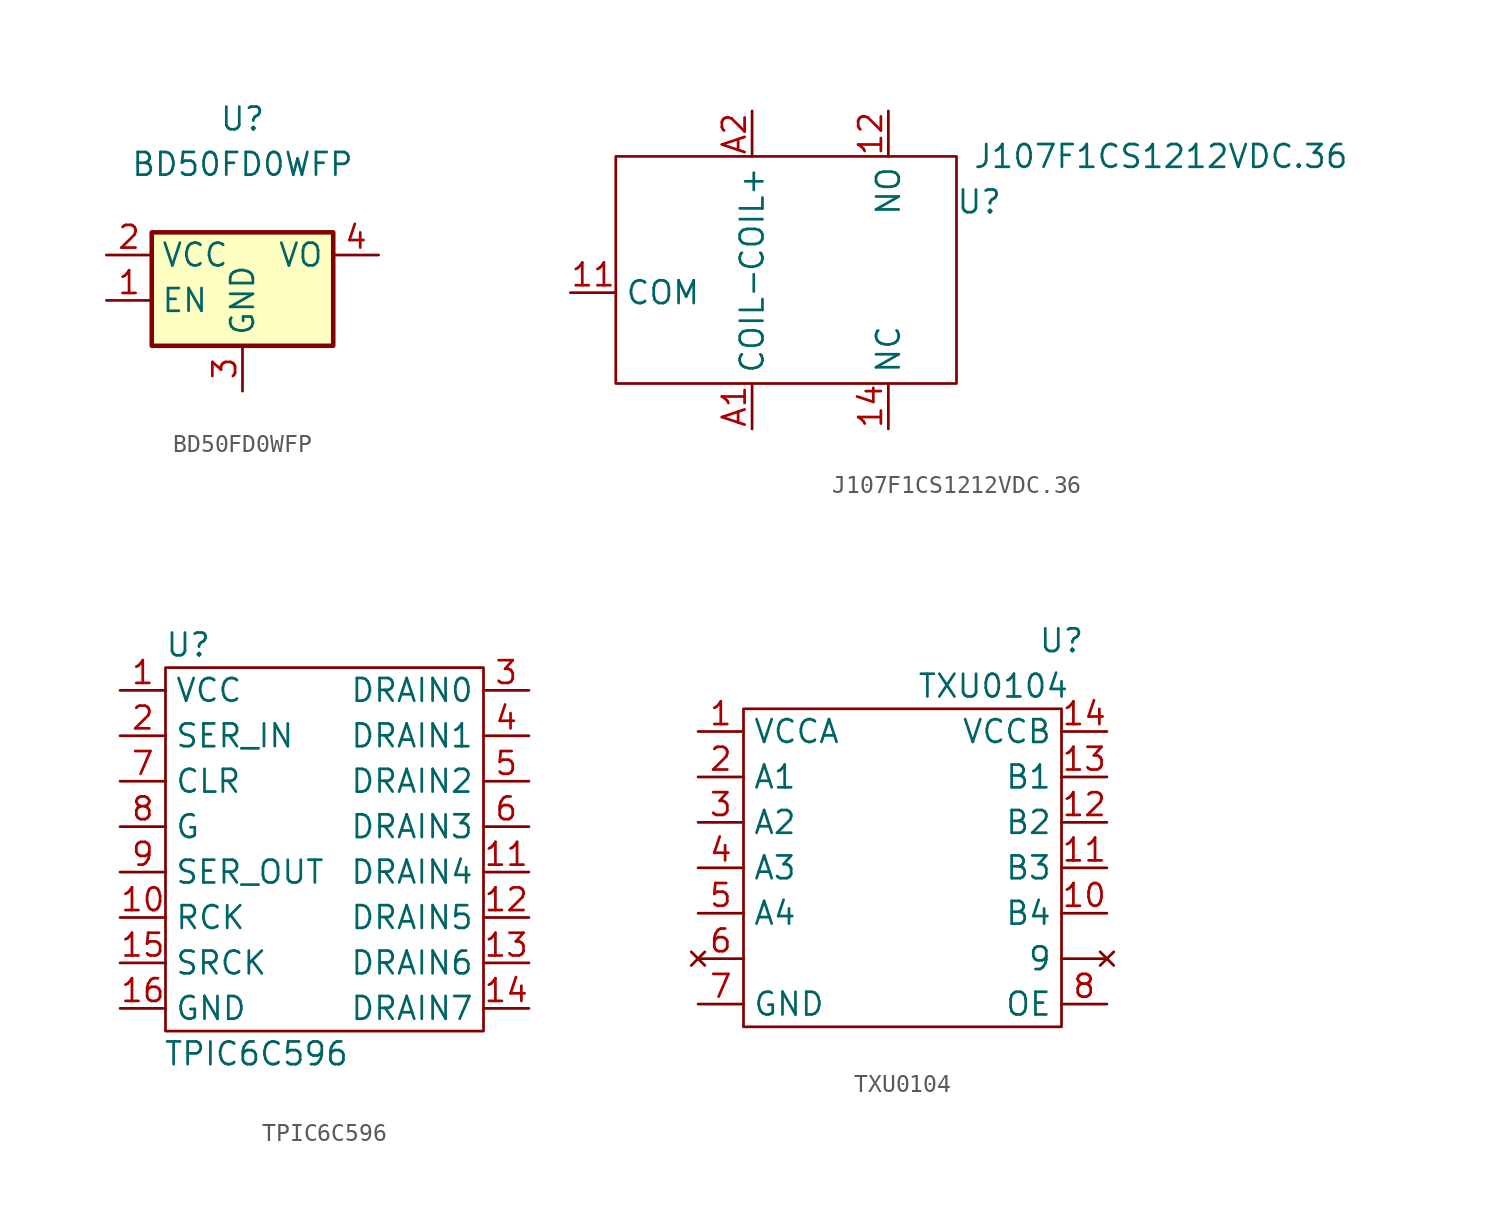
<source format=kicad_sym>
(kicad_symbol_lib
  (version 20211014)
  (generator kicad_symbol_editor)
  (symbol "BD50FD0WFP"
    (property "Reference" "U"
      (at 0 7.62 0)
      (effects (font (size 1.27 1.27))))
    (property "Value" "BD50FD0WFP"
      (at 0 5.08 0)
      (effects (font (size 1.27 1.27))))
    (symbol "BD50FD0WFP_1_1"
      (rectangle (start -5.08 -5.08) (end 5.08 1.27) (stroke (width 0.254) (type default) (color 0 0 0 0)) (fill (type background)))
      (pin input line (at -7.62 -2.54 0) (length 2.54) (name "EN" (effects (font (size 1.27 1.27)))) (number "1" (effects (font (size 1.27 1.27)))))
      (pin power_in line (at -7.62 0 0) (length 2.54) (name "VCC" (effects (font (size 1.27 1.27)))) (number "2" (effects (font (size 1.27 1.27)))))
      (pin power_in line (at 0 -7.62 90) (length 2.54) (name "GND" (effects (font (size 1.27 1.27)))) (number "3" (effects (font (size 1.27 1.27)))))
      (pin power_out line (at 7.62 0 180) (length 2.54) (name "VO" (effects (font (size 1.27 1.27)))) (number "4" (effects (font (size 1.27 1.27)))))
      (pin no_connect line (at 5.08 -2.54 180) (length 2.54) hide (name "NC" (effects (font (size 1.27 1.27)))) (number "5" (effects (font (size 1.27 1.27)))))))
  (symbol "J107F1CS1212VDC.36"
    (property "Reference" "U"
      (at 10.16 5.08 0)
      (effects (font (size 1.27 1.27))))
    (property "Value" "J107F1CS1212VDC.36"
      (at 20.32 7.62 0)
      (effects (font (size 1.27 1.27))))
    (symbol "J107F1CS1212VDC.36_0_1"
      (rectangle (start -10.16 7.62) (end 8.89 -5.08) (stroke (width 0) (type default) (color 0 0 0 0)) (fill (type none))))
    (symbol "J107F1CS1212VDC.36_1_1"
      (pin input line (at -12.7 0 0) (length 2.54) (name "COM" (effects (font (size 1.27 1.27)))) (number "11" (effects (font (size 1.27 1.27)))))
      (pin input line (at 5.08 10.16 270) (length 2.54) (name "NO" (effects (font (size 1.27 1.27)))) (number "12" (effects (font (size 1.27 1.27)))))
      (pin input line (at 5.08 -7.62 90) (length 2.54) (name "NC" (effects (font (size 1.27 1.27)))) (number "14" (effects (font (size 1.27 1.27)))))
      (pin output line (at -2.54 -7.62 90) (length 2.54) (name "COIL-" (effects (font (size 1.27 1.27)))) (number "A1" (effects (font (size 1.27 1.27)))))
      (pin input line (at -2.54 10.16 270) (length 2.54) (name "COIL+" (effects (font (size 1.27 1.27)))) (number "A2" (effects (font (size 1.27 1.27)))))))
  (symbol "TPIC6C596"
    (property "Reference" "U"
      (at -3.81 8.89 0)
      (effects (font (size 1.27 1.27))))
    (property "Value" "TPIC6C596"
      (at 0 -13.97 0)
      (effects (font (size 1.27 1.27))))
    (symbol "TPIC6C596_0_1"
      (rectangle (start -5.08 7.62) (end 12.7 -12.7) (stroke (width 0) (type default) (color 0 0 0 0)) (fill (type none))))
    (symbol "TPIC6C596_1_1"
      (pin power_in line (at -7.62 6.35 0) (length 2.54) (name "VCC" (effects (font (size 1.27 1.27)))) (number "1" (effects (font (size 1.27 1.27)))))
      (pin input line (at -7.62 -6.35 0) (length 2.54) (name "RCK" (effects (font (size 1.27 1.27)))) (number "10" (effects (font (size 1.27 1.27)))))
      (pin bidirectional line (at 15.24 -3.81 180) (length 2.54) (name "DRAIN4" (effects (font (size 1.27 1.27)))) (number "11" (effects (font (size 1.27 1.27)))))
      (pin bidirectional line (at 15.24 -6.35 180) (length 2.54) (name "DRAIN5" (effects (font (size 1.27 1.27)))) (number "12" (effects (font (size 1.27 1.27)))))
      (pin bidirectional line (at 15.24 -8.89 180) (length 2.54) (name "DRAIN6" (effects (font (size 1.27 1.27)))) (number "13" (effects (font (size 1.27 1.27)))))
      (pin bidirectional line (at 15.24 -11.43 180) (length 2.54) (name "DRAIN7" (effects (font (size 1.27 1.27)))) (number "14" (effects (font (size 1.27 1.27)))))
      (pin input line (at -7.62 -8.89 0) (length 2.54) (name "SRCK" (effects (font (size 1.27 1.27)))) (number "15" (effects (font (size 1.27 1.27)))))
      (pin power_in line (at -7.62 -11.43 0) (length 2.54) (name "GND" (effects (font (size 1.27 1.27)))) (number "16" (effects (font (size 1.27 1.27)))))
      (pin input line (at -7.62 3.81 0) (length 2.54) (name "SER_IN" (effects (font (size 1.27 1.27)))) (number "2" (effects (font (size 1.27 1.27)))))
      (pin bidirectional line (at 15.24 6.35 180) (length 2.54) (name "DRAIN0" (effects (font (size 1.27 1.27)))) (number "3" (effects (font (size 1.27 1.27)))))
      (pin bidirectional line (at 15.24 3.81 180) (length 2.54) (name "DRAIN1" (effects (font (size 1.27 1.27)))) (number "4" (effects (font (size 1.27 1.27)))))
      (pin bidirectional line (at 15.24 1.27 180) (length 2.54) (name "DRAIN2" (effects (font (size 1.27 1.27)))) (number "5" (effects (font (size 1.27 1.27)))))
      (pin bidirectional line (at 15.24 -1.27 180) (length 2.54) (name "DRAIN3" (effects (font (size 1.27 1.27)))) (number "6" (effects (font (size 1.27 1.27)))))
      (pin input line (at -7.62 1.27 0) (length 2.54) (name "CLR" (effects (font (size 1.27 1.27)))) (number "7" (effects (font (size 1.27 1.27)))))
      (pin input line (at -7.62 -1.27 0) (length 2.54) (name "G" (effects (font (size 1.27 1.27)))) (number "8" (effects (font (size 1.27 1.27)))))
      (pin output line (at -7.62 -3.81 0) (length 2.54) (name "SER_OUT" (effects (font (size 1.27 1.27)))) (number "9" (effects (font (size 1.27 1.27)))))))
  (symbol "TXU0104"
    (property "Reference" "U"
      (at 8.89 11.43 0)
      (effects (font (size 1.27 1.27))))
    (property "Value" "TXU0104"
      (at 5.08 8.89 0)
      (effects (font (size 1.27 1.27))))
    (symbol "TXU0104_0_1"
      (rectangle (start -8.89 7.62) (end 8.89 -10.16) (stroke (width 0) (type default) (color 0 0 0 0)) (fill (type none))))
    (symbol "TXU0104_1_1"
      (pin no_connect line (at 11.43 -6.35 180) (length 2.54) (name "9" (effects (font (size 1.27 1.27)))) (number "" (effects (font (size 1.27 1.27)))))
      (pin power_in line (at -11.43 6.35 0) (length 2.54) (name "VCCA" (effects (font (size 1.27 1.27)))) (number "1" (effects (font (size 1.27 1.27)))))
      (pin output line (at 11.43 -3.81 180) (length 2.54) (name "B4" (effects (font (size 1.27 1.27)))) (number "10" (effects (font (size 1.27 1.27)))))
      (pin output line (at 11.43 -1.27 180) (length 2.54) (name "B3" (effects (font (size 1.27 1.27)))) (number "11" (effects (font (size 1.27 1.27)))))
      (pin output line (at 11.43 1.27 180) (length 2.54) (name "B2" (effects (font (size 1.27 1.27)))) (number "12" (effects (font (size 1.27 1.27)))))
      (pin output line (at 11.43 3.81 180) (length 2.54) (name "B1" (effects (font (size 1.27 1.27)))) (number "13" (effects (font (size 1.27 1.27)))))
      (pin power_in line (at 11.43 6.35 180) (length 2.54) (name "VCCB" (effects (font (size 1.27 1.27)))) (number "14" (effects (font (size 1.27 1.27)))))
      (pin input line (at -11.43 3.81 0) (length 2.54) (name "A1" (effects (font (size 1.27 1.27)))) (number "2" (effects (font (size 1.27 1.27)))))
      (pin input line (at -11.43 1.27 0) (length 2.54) (name "A2" (effects (font (size 1.27 1.27)))) (number "3" (effects (font (size 1.27 1.27)))))
      (pin input line (at -11.43 -1.27 0) (length 2.54) (name "A3" (effects (font (size 1.27 1.27)))) (number "4" (effects (font (size 1.27 1.27)))))
      (pin input line (at -11.43 -3.81 0) (length 2.54) (name "A4" (effects (font (size 1.27 1.27)))) (number "5" (effects (font (size 1.27 1.27)))))
      (pin no_connect line (at -11.43 -6.35 0) (length 2.54) (name "" (effects (font (size 1.27 1.27)))) (number "6" (effects (font (size 1.27 1.27)))))
      (pin power_in line (at -11.43 -8.89 0) (length 2.54) (name "GND" (effects (font (size 1.27 1.27)))) (number "7" (effects (font (size 1.27 1.27)))))
      (pin input line (at 11.43 -8.89 180) (length 2.54) (name "OE" (effects (font (size 1.27 1.27)))) (number "8" (effects (font (size 1.27 1.27))))))))
</source>
